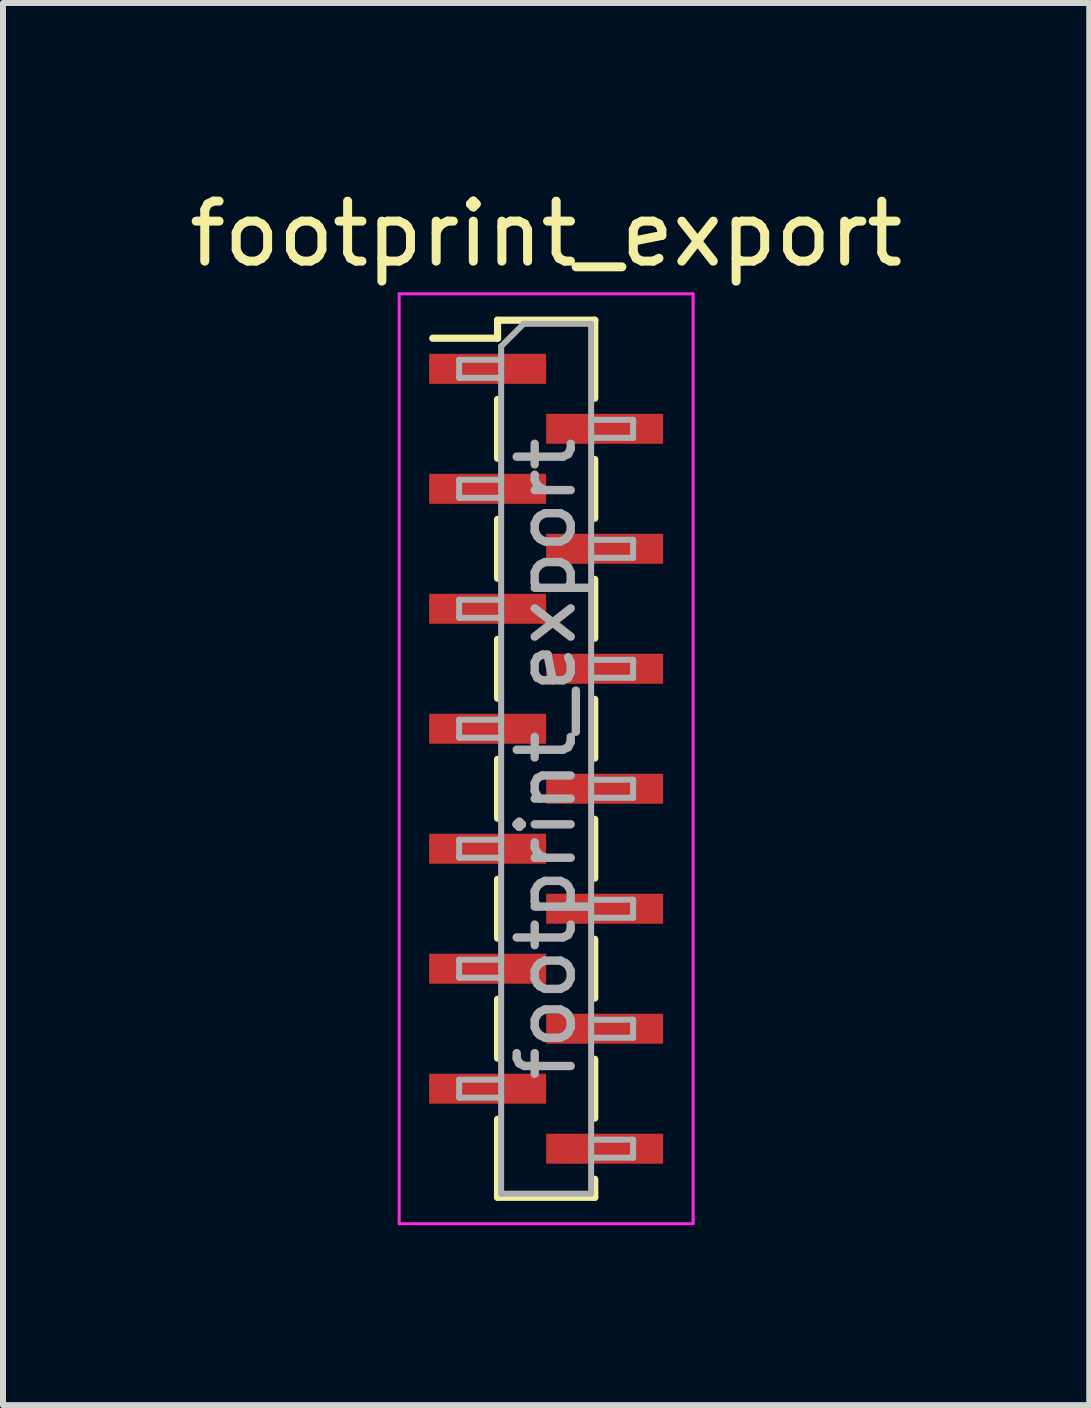
<source format=kicad_pcb>
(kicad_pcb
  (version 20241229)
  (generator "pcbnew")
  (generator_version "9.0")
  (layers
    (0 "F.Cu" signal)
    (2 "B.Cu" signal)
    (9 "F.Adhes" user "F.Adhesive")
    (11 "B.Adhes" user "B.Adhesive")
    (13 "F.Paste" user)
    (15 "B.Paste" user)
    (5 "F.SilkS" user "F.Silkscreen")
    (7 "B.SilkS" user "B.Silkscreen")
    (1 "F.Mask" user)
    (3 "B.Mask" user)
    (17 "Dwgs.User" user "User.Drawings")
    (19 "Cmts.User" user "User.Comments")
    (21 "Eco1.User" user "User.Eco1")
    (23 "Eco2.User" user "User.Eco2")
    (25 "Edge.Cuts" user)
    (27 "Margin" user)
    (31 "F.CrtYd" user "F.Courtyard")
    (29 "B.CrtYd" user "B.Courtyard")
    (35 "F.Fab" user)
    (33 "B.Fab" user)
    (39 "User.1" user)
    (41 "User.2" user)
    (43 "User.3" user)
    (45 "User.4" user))
  (footprint "footprint_export"
    (layer "F.Cu")
    (at 6.054 9.598)
    (property "Reference" "footprint_export" (at 0 -8.75 0) (layer "F.SilkS") (effects (font (size 1 1) (thickness 0.15))))
    (attr smd)
    (fp_line (start -1.89 -7.01) (end -0.81 -7.01) (stroke (width 0.12) (type solid)) (layer "F.SilkS"))
    (fp_line (start -0.81 -7.31) (end -0.81 -7.01) (stroke (width 0.12) (type solid)) (layer "F.SilkS"))
    (fp_line (start -0.81 -7.31) (end 0.81 -7.31) (stroke (width 0.12) (type solid)) (layer "F.SilkS"))
    (fp_line (start -0.81 -5.99) (end -0.81 -5.01) (stroke (width 0.12) (type solid)) (layer "F.SilkS"))
    (fp_line (start -0.81 -3.99) (end -0.81 -3.01) (stroke (width 0.12) (type solid)) (layer "F.SilkS"))
    (fp_line (start -0.81 -1.99) (end -0.81 -1.01) (stroke (width 0.12) (type solid)) (layer "F.SilkS"))
    (fp_line (start -0.81 0.01) (end -0.81 0.99) (stroke (width 0.12) (type solid)) (layer "F.SilkS"))
    (fp_line (start -0.81 2.01) (end -0.81 2.99) (stroke (width 0.12) (type solid)) (layer "F.SilkS"))
    (fp_line (start -0.81 4.01) (end -0.81 4.99) (stroke (width 0.12) (type solid)) (layer "F.SilkS"))
    (fp_line (start -0.81 6.01) (end -0.81 7.31) (stroke (width 0.12) (type solid)) (layer "F.SilkS"))
    (fp_line (start -0.81 7.31) (end 0.81 7.31) (stroke (width 0.12) (type solid)) (layer "F.SilkS"))
    (fp_line (start 0.81 -7.31) (end 0.81 -6.01) (stroke (width 0.12) (type solid)) (layer "F.SilkS"))
    (fp_line (start 0.81 -4.99) (end 0.81 -4.01) (stroke (width 0.12) (type solid)) (layer "F.SilkS"))
    (fp_line (start 0.81 -2.99) (end 0.81 -2.01) (stroke (width 0.12) (type solid)) (layer "F.SilkS"))
    (fp_line (start 0.81 -0.99) (end 0.81 -0.01) (stroke (width 0.12) (type solid)) (layer "F.SilkS"))
    (fp_line (start 0.81 1.01) (end 0.81 1.99) (stroke (width 0.12) (type solid)) (layer "F.SilkS"))
    (fp_line (start 0.81 3.01) (end 0.81 3.99) (stroke (width 0.12) (type solid)) (layer "F.SilkS"))
    (fp_line (start 0.81 5.01) (end 0.81 5.99) (stroke (width 0.12) (type solid)) (layer "F.SilkS"))
    (fp_line (start 0.81 7.01) (end 0.81 7.31) (stroke (width 0.12) (type solid)) (layer "F.SilkS"))
    (fp_line (start -2.45 -7.75) (end 2.45 -7.75) (stroke (width 0.05) (type solid)) (layer "F.CrtYd"))
    (fp_line (start -2.45 7.75) (end -2.45 -7.75) (stroke (width 0.05) (type solid)) (layer "F.CrtYd"))
    (fp_line (start 2.45 -7.75) (end 2.45 7.75) (stroke (width 0.05) (type solid)) (layer "F.CrtYd"))
    (fp_line (start 2.45 7.75) (end -2.45 7.75) (stroke (width 0.05) (type solid)) (layer "F.CrtYd"))
    (fp_line (start -1.45 -6.65) (end -0.75 -6.65) (stroke (width 0.1) (type solid)) (layer "F.Fab"))
    (fp_line (start -1.45 -6.35) (end -1.45 -6.65) (stroke (width 0.1) (type solid)) (layer "F.Fab"))
    (fp_line (start -1.45 -4.65) (end -0.75 -4.65) (stroke (width 0.1) (type solid)) (layer "F.Fab"))
    (fp_line (start -1.45 -4.35) (end -1.45 -4.65) (stroke (width 0.1) (type solid)) (layer "F.Fab"))
    (fp_line (start -1.45 -2.65) (end -0.75 -2.65) (stroke (width 0.1) (type solid)) (layer "F.Fab"))
    (fp_line (start -1.45 -2.35) (end -1.45 -2.65) (stroke (width 0.1) (type solid)) (layer "F.Fab"))
    (fp_line (start -1.45 -0.65) (end -0.75 -0.65) (stroke (width 0.1) (type solid)) (layer "F.Fab"))
    (fp_line (start -1.45 -0.35) (end -1.45 -0.65) (stroke (width 0.1) (type solid)) (layer "F.Fab"))
    (fp_line (start -1.45 1.35) (end -0.75 1.35) (stroke (width 0.1) (type solid)) (layer "F.Fab"))
    (fp_line (start -1.45 1.65) (end -1.45 1.35) (stroke (width 0.1) (type solid)) (layer "F.Fab"))
    (fp_line (start -1.45 3.35) (end -0.75 3.35) (stroke (width 0.1) (type solid)) (layer "F.Fab"))
    (fp_line (start -1.45 3.65) (end -1.45 3.35) (stroke (width 0.1) (type solid)) (layer "F.Fab"))
    (fp_line (start -1.45 5.35) (end -0.75 5.35) (stroke (width 0.1) (type solid)) (layer "F.Fab"))
    (fp_line (start -1.45 5.65) (end -1.45 5.35) (stroke (width 0.1) (type solid)) (layer "F.Fab"))
    (fp_line (start -0.75 -6.875) (end -0.375 -7.25) (stroke (width 0.1) (type solid)) (layer "F.Fab"))
    (fp_line (start -0.75 -6.35) (end -1.45 -6.35) (stroke (width 0.1) (type solid)) (layer "F.Fab"))
    (fp_line (start -0.75 -4.35) (end -1.45 -4.35) (stroke (width 0.1) (type solid)) (layer "F.Fab"))
    (fp_line (start -0.75 -2.35) (end -1.45 -2.35) (stroke (width 0.1) (type solid)) (layer "F.Fab"))
    (fp_line (start -0.75 -0.35) (end -1.45 -0.35) (stroke (width 0.1) (type solid)) (layer "F.Fab"))
    (fp_line (start -0.75 1.65) (end -1.45 1.65) (stroke (width 0.1) (type solid)) (layer "F.Fab"))
    (fp_line (start -0.75 3.65) (end -1.45 3.65) (stroke (width 0.1) (type solid)) (layer "F.Fab"))
    (fp_line (start -0.75 5.65) (end -1.45 5.65) (stroke (width 0.1) (type solid)) (layer "F.Fab"))
    (fp_line (start -0.75 7.25) (end -0.75 -6.875) (stroke (width 0.1) (type solid)) (layer "F.Fab"))
    (fp_line (start -0.375 -7.25) (end 0.75 -7.25) (stroke (width 0.1) (type solid)) (layer "F.Fab"))
    (fp_line (start 0.75 -7.25) (end 0.75 7.25) (stroke (width 0.1) (type solid)) (layer "F.Fab"))
    (fp_line (start 0.75 -5.65) (end 1.45 -5.65) (stroke (width 0.1) (type solid)) (layer "F.Fab"))
    (fp_line (start 0.75 -3.65) (end 1.45 -3.65) (stroke (width 0.1) (type solid)) (layer "F.Fab"))
    (fp_line (start 0.75 -1.65) (end 1.45 -1.65) (stroke (width 0.1) (type solid)) (layer "F.Fab"))
    (fp_line (start 0.75 0.35) (end 1.45 0.35) (stroke (width 0.1) (type solid)) (layer "F.Fab"))
    (fp_line (start 0.75 2.35) (end 1.45 2.35) (stroke (width 0.1) (type solid)) (layer "F.Fab"))
    (fp_line (start 0.75 4.35) (end 1.45 4.35) (stroke (width 0.1) (type solid)) (layer "F.Fab"))
    (fp_line (start 0.75 6.35) (end 1.45 6.35) (stroke (width 0.1) (type solid)) (layer "F.Fab"))
    (fp_line (start 0.75 7.25) (end -0.75 7.25) (stroke (width 0.1) (type solid)) (layer "F.Fab"))
    (fp_line (start 1.45 -5.65) (end 1.45 -5.35) (stroke (width 0.1) (type solid)) (layer "F.Fab"))
    (fp_line (start 1.45 -5.35) (end 0.75 -5.35) (stroke (width 0.1) (type solid)) (layer "F.Fab"))
    (fp_line (start 1.45 -3.65) (end 1.45 -3.35) (stroke (width 0.1) (type solid)) (layer "F.Fab"))
    (fp_line (start 1.45 -3.35) (end 0.75 -3.35) (stroke (width 0.1) (type solid)) (layer "F.Fab"))
    (fp_line (start 1.45 -1.65) (end 1.45 -1.35) (stroke (width 0.1) (type solid)) (layer "F.Fab"))
    (fp_line (start 1.45 -1.35) (end 0.75 -1.35) (stroke (width 0.1) (type solid)) (layer "F.Fab"))
    (fp_line (start 1.45 0.35) (end 1.45 0.65) (stroke (width 0.1) (type solid)) (layer "F.Fab"))
    (fp_line (start 1.45 0.65) (end 0.75 0.65) (stroke (width 0.1) (type solid)) (layer "F.Fab"))
    (fp_line (start 1.45 2.35) (end 1.45 2.65) (stroke (width 0.1) (type solid)) (layer "F.Fab"))
    (fp_line (start 1.45 2.65) (end 0.75 2.65) (stroke (width 0.1) (type solid)) (layer "F.Fab"))
    (fp_line (start 1.45 4.35) (end 1.45 4.65) (stroke (width 0.1) (type solid)) (layer "F.Fab"))
    (fp_line (start 1.45 4.65) (end 0.75 4.65) (stroke (width 0.1) (type solid)) (layer "F.Fab"))
    (fp_line (start 1.45 6.35) (end 1.45 6.65) (stroke (width 0.1) (type solid)) (layer "F.Fab"))
    (fp_line (start 1.45 6.65) (end 0.75 6.65) (stroke (width 0.1) (type solid)) (layer "F.Fab"))
    (fp_text user "${REFERENCE}" (at 0 0 90) (layer "F.Fab") (effects (font (size 0.9 0.9) (thickness 0.14))))
    (pad "1" smd rect (at -0.975 -6.5) (size 1.95 0.5) (layers "F.Cu" "F.Mask" "F.Paste"))
    (pad "2" smd rect (at 0.975 -5.5) (size 1.95 0.5) (layers "F.Cu" "F.Mask" "F.Paste"))
    (pad "3" smd rect (at -0.975 -4.5) (size 1.95 0.5) (layers "F.Cu" "F.Mask" "F.Paste"))
    (pad "4" smd rect (at 0.975 -3.5) (size 1.95 0.5) (layers "F.Cu" "F.Mask" "F.Paste"))
    (pad "5" smd rect (at -0.975 -2.5) (size 1.95 0.5) (layers "F.Cu" "F.Mask" "F.Paste"))
    (pad "6" smd rect (at 0.975 -1.5) (size 1.95 0.5) (layers "F.Cu" "F.Mask" "F.Paste"))
    (pad "7" smd rect (at -0.975 -0.5) (size 1.95 0.5) (layers "F.Cu" "F.Mask" "F.Paste"))
    (pad "8" smd rect (at 0.975 0.5) (size 1.95 0.5) (layers "F.Cu" "F.Mask" "F.Paste"))
    (pad "9" smd rect (at -0.975 1.5) (size 1.95 0.5) (layers "F.Cu" "F.Mask" "F.Paste"))
    (pad "10" smd rect (at 0.975 2.5) (size 1.95 0.5) (layers "F.Cu" "F.Mask" "F.Paste"))
    (pad "11" smd rect (at -0.975 3.5) (size 1.95 0.5) (layers "F.Cu" "F.Mask" "F.Paste"))
    (pad "12" smd rect (at 0.975 4.5) (size 1.95 0.5) (layers "F.Cu" "F.Mask" "F.Paste"))
    (pad "13" smd rect (at -0.975 5.5) (size 1.95 0.5) (layers "F.Cu" "F.Mask" "F.Paste"))
    (pad "14" smd rect (at 0.975 6.5) (size 1.95 0.5) (layers "F.Cu" "F.Mask" "F.Paste")))
  (gr_rect
    (start -3 -3)
    (end 15.107 20.373)
    (stroke (width 0.1) (type default))
    (fill no)
    (layer "Edge.Cuts")))
</source>
